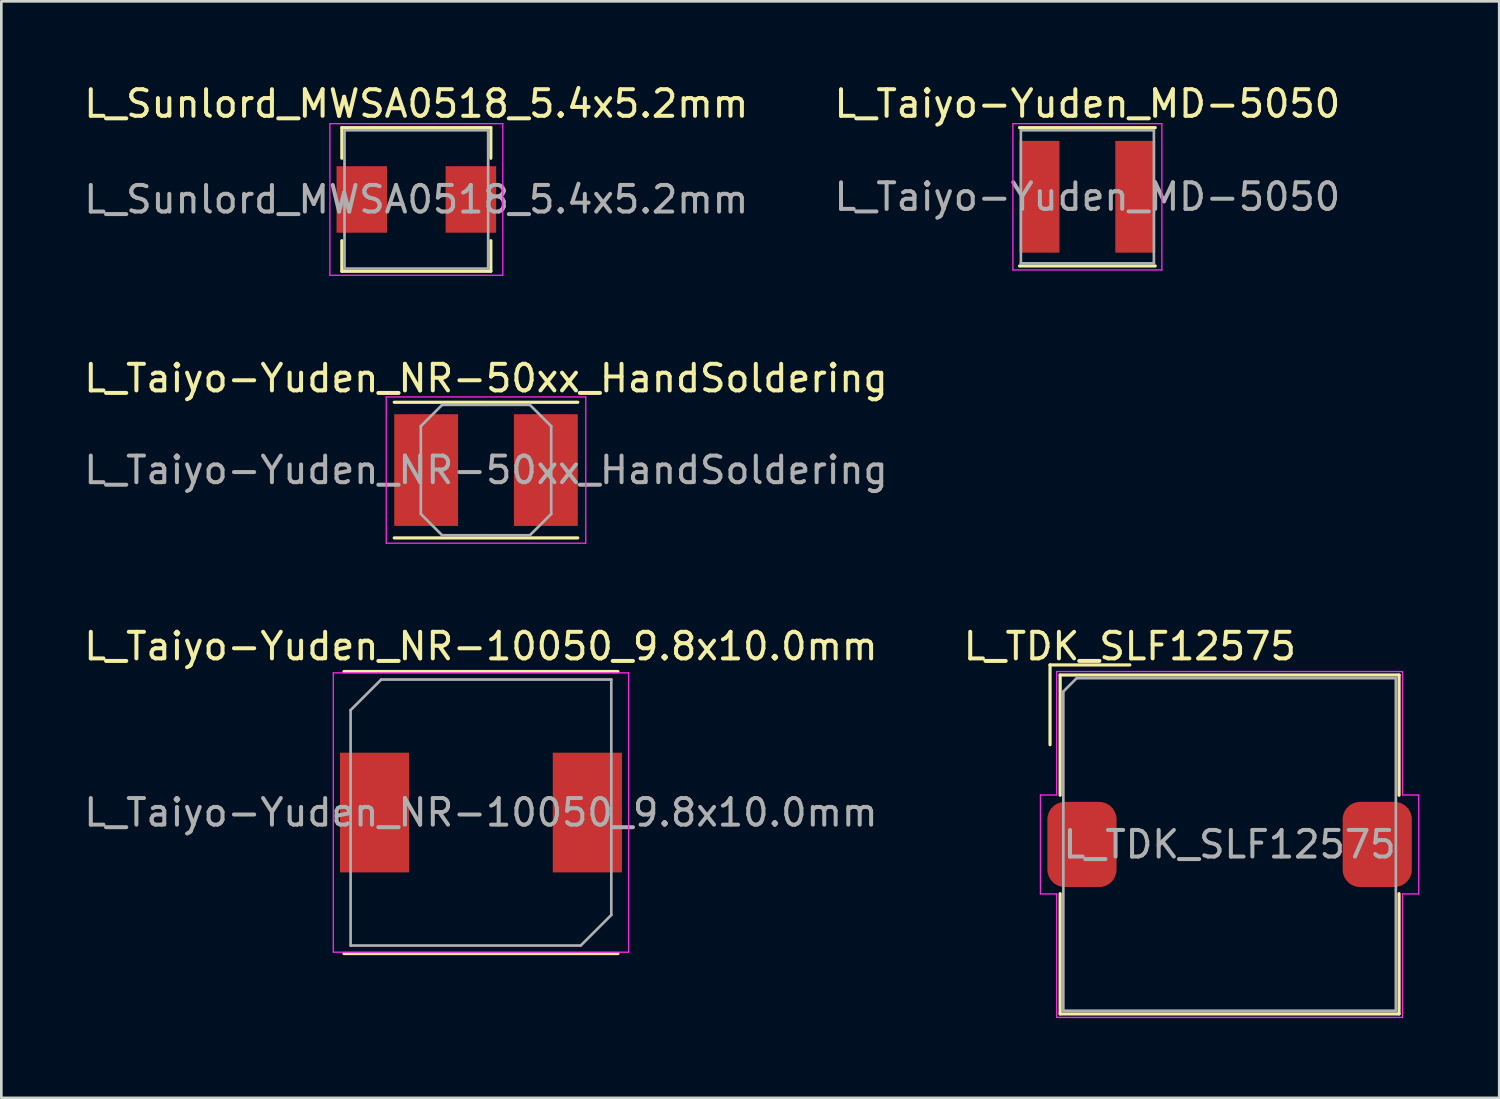
<source format=kicad_pcb>
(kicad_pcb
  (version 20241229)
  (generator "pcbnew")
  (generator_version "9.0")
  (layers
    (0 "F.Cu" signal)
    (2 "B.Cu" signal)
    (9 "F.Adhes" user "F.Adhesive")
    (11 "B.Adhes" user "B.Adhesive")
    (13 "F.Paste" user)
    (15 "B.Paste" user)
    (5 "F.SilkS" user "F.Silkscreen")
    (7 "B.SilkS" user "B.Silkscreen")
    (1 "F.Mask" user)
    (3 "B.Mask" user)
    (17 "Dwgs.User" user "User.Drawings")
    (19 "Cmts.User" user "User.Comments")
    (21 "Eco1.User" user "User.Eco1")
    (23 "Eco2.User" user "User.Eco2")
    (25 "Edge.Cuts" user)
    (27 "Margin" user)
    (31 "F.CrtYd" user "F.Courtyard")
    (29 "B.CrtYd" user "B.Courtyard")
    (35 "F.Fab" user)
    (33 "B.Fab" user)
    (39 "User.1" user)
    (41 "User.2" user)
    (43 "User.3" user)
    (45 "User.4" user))
  (footprint "L_TDK_SLF12575"
    (layer "F.Cu")
    (at 43.173 28.695)
    (property "Reference" "L_TDK_SLF12575" (at -3.75 -7.45 0) (layer "F.SilkS") (effects (font (size 1 1) (thickness 0.15))))
    (attr smd)
    (fp_line (start -6.75 -6.75) (end -3.75 -6.75) (stroke (width 0.12) (type solid)) (layer "F.SilkS"))
    (fp_line (start -6.75 -3.75) (end -6.75 -6.75) (stroke (width 0.12) (type solid)) (layer "F.SilkS"))
    (fp_line (start -6.37 -6.37) (end -6.37 -1.85) (stroke (width 0.12) (type solid)) (layer "F.SilkS"))
    (fp_line (start -6.37 -6.37) (end 6.37 -6.37) (stroke (width 0.12) (type solid)) (layer "F.SilkS"))
    (fp_line (start -6.37 1.85) (end -6.37 6.37) (stroke (width 0.12) (type solid)) (layer "F.SilkS"))
    (fp_line (start -6.37 6.37) (end 6.37 6.37) (stroke (width 0.12) (type solid)) (layer "F.SilkS"))
    (fp_line (start 6.37 -6.37) (end 6.37 -1.85) (stroke (width 0.12) (type solid)) (layer "F.SilkS"))
    (fp_line (start 6.37 1.85) (end 6.37 6.37) (stroke (width 0.12) (type solid)) (layer "F.SilkS"))
    (fp_line (start -7.11 -1.86) (end -7.11 1.86) (stroke (width 0.05) (type solid)) (layer "F.CrtYd"))
    (fp_line (start -7.11 1.86) (end -6.5 1.86) (stroke (width 0.05) (type solid)) (layer "F.CrtYd"))
    (fp_line (start -6.5 -6.5) (end -6.5 -1.86) (stroke (width 0.05) (type solid)) (layer "F.CrtYd"))
    (fp_line (start -6.5 -6.5) (end 6.5 -6.5) (stroke (width 0.05) (type solid)) (layer "F.CrtYd"))
    (fp_line (start -6.5 -1.86) (end -7.11 -1.86) (stroke (width 0.05) (type solid)) (layer "F.CrtYd"))
    (fp_line (start -6.5 1.86) (end -6.5 6.5) (stroke (width 0.05) (type solid)) (layer "F.CrtYd"))
    (fp_line (start -6.5 6.5) (end 6.5 6.5) (stroke (width 0.05) (type solid)) (layer "F.CrtYd"))
    (fp_line (start 6.5 -6.5) (end 6.5 -1.86) (stroke (width 0.05) (type solid)) (layer "F.CrtYd"))
    (fp_line (start 6.5 -1.86) (end 7.11 -1.86) (stroke (width 0.05) (type solid)) (layer "F.CrtYd"))
    (fp_line (start 6.5 1.86) (end 6.5 6.5) (stroke (width 0.05) (type solid)) (layer "F.CrtYd"))
    (fp_line (start 7.11 -1.86) (end 7.11 1.86) (stroke (width 0.05) (type solid)) (layer "F.CrtYd"))
    (fp_line (start 7.11 1.86) (end 6.5 1.86) (stroke (width 0.05) (type solid)) (layer "F.CrtYd"))
    (fp_line (start -6.25 -5.75) (end -5.75 -6.25) (stroke (width 0.1) (type solid)) (layer "F.Fab"))
    (fp_line (start -6.25 6.25) (end -6.25 -5.75) (stroke (width 0.1) (type solid)) (layer "F.Fab"))
    (fp_line (start -5.75 -6.25) (end 6.25 -6.25) (stroke (width 0.1) (type solid)) (layer "F.Fab"))
    (fp_line (start 6.25 -6.25) (end 6.25 6.25) (stroke (width 0.1) (type solid)) (layer "F.Fab"))
    (fp_line (start 6.25 6.25) (end -6.25 6.25) (stroke (width 0.1) (type solid)) (layer "F.Fab"))
    (fp_text user "${REFERENCE}" (at 0 0 0) (layer "F.Fab") (effects (font (size 1 1) (thickness 0.15))))
    (pad "1" smd roundrect (at -5.55 0) (size 2.6 3.2) (layers "F.Cu" "F.Mask" "F.Paste") (roundrect_rratio 0.25))
    (pad "2" smd roundrect (at 5.55 0) (size 2.6 3.2) (layers "F.Cu" "F.Mask" "F.Paste") (roundrect_rratio 0.25)))
  (footprint "L_Sunlord_MWSA0518_5.4x5.2mm"
    (layer "F.Cu")
    (at 12.601 4.448)
    (property "Reference" "L_Sunlord_MWSA0518_5.4x5.2mm" (at 0 -3.6 0) (layer "F.SilkS") (effects (font (size 1 1) (thickness 0.15))))
    (attr smd)
    (fp_line (start -2.8 -2.7) (end -2.8 -1.55) (stroke (width 0.12) (type solid)) (layer "F.SilkS"))
    (fp_line (start -2.8 -2.7) (end 2.8 -2.7) (stroke (width 0.12) (type solid)) (layer "F.SilkS"))
    (fp_line (start -2.8 2.7) (end -2.8 1.55) (stroke (width 0.12) (type solid)) (layer "F.SilkS"))
    (fp_line (start -2.8 2.7) (end 2.8 2.7) (stroke (width 0.12) (type solid)) (layer "F.SilkS"))
    (fp_line (start 2.8 -2.7) (end 2.8 -1.55) (stroke (width 0.12) (type solid)) (layer "F.SilkS"))
    (fp_line (start 2.8 2.7) (end 2.8 1.55) (stroke (width 0.12) (type solid)) (layer "F.SilkS"))
    (fp_line (start -3.25 -2.85) (end 3.25 -2.85) (stroke (width 0.05) (type solid)) (layer "F.CrtYd"))
    (fp_line (start -3.25 2.85) (end -3.25 -2.85) (stroke (width 0.05) (type solid)) (layer "F.CrtYd"))
    (fp_line (start 3.25 -2.85) (end 3.25 2.85) (stroke (width 0.05) (type solid)) (layer "F.CrtYd"))
    (fp_line (start 3.25 2.85) (end -3.25 2.85) (stroke (width 0.05) (type solid)) (layer "F.CrtYd"))
    (fp_line (start -2.7 -2.6) (end 2.7 -2.6) (stroke (width 0.1) (type solid)) (layer "F.Fab"))
    (fp_line (start -2.7 2.6) (end -2.7 -2.6) (stroke (width 0.1) (type solid)) (layer "F.Fab"))
    (fp_line (start 2.7 -2.6) (end 2.7 2.6) (stroke (width 0.1) (type solid)) (layer "F.Fab"))
    (fp_line (start 2.7 2.6) (end -2.7 2.6) (stroke (width 0.1) (type solid)) (layer "F.Fab"))
    (fp_text user "${REFERENCE}" (at 0 0 0) (layer "F.Fab") (effects (font (size 1 1) (thickness 0.15))))
    (pad "1" smd rect (at -2.05 0) (size 1.9 2.5) (layers "F.Cu" "F.Mask" "F.Paste"))
    (pad "2" smd rect (at 2.05 0) (size 1.9 2.5) (layers "F.Cu" "F.Mask" "F.Paste")))
  (footprint "L_Taiyo-Yuden_NR-50xx_HandSoldering"
    (layer "F.Cu")
    (at 15.22 14.621)
    (property "Reference" "L_Taiyo-Yuden_NR-50xx_HandSoldering" (at 0 -3.45 0) (layer "F.SilkS") (effects (font (size 1 1) (thickness 0.15))))
    (attr smd)
    (fp_line (start -3.45 -2.55) (end 3.45 -2.55) (stroke (width 0.12) (type solid)) (layer "F.SilkS"))
    (fp_line (start -3.45 2.55) (end 3.45 2.55) (stroke (width 0.12) (type solid)) (layer "F.SilkS"))
    (fp_line (start -3.75 -2.75) (end -3.75 2.75) (stroke (width 0.05) (type solid)) (layer "F.CrtYd"))
    (fp_line (start -3.75 2.75) (end 3.75 2.75) (stroke (width 0.05) (type solid)) (layer "F.CrtYd"))
    (fp_line (start 3.75 -2.75) (end -3.75 -2.75) (stroke (width 0.05) (type solid)) (layer "F.CrtYd"))
    (fp_line (start 3.75 2.75) (end 3.75 -2.75) (stroke (width 0.05) (type solid)) (layer "F.CrtYd"))
    (fp_line (start -2.45 -1.65) (end -1.65 -2.45) (stroke (width 0.1) (type solid)) (layer "F.Fab"))
    (fp_line (start -2.45 0) (end -2.45 -1.65) (stroke (width 0.1) (type solid)) (layer "F.Fab"))
    (fp_line (start -2.45 0) (end -2.45 1.65) (stroke (width 0.1) (type solid)) (layer "F.Fab"))
    (fp_line (start -2.45 1.65) (end -1.65 2.45) (stroke (width 0.1) (type solid)) (layer "F.Fab"))
    (fp_line (start -1.65 -2.45) (end 0 -2.45) (stroke (width 0.1) (type solid)) (layer "F.Fab"))
    (fp_line (start -1.65 2.45) (end 0 2.45) (stroke (width 0.1) (type solid)) (layer "F.Fab"))
    (fp_line (start 1.65 -2.45) (end 0 -2.45) (stroke (width 0.1) (type solid)) (layer "F.Fab"))
    (fp_line (start 1.65 2.45) (end 0 2.45) (stroke (width 0.1) (type solid)) (layer "F.Fab"))
    (fp_line (start 2.45 -1.65) (end 1.65 -2.45) (stroke (width 0.1) (type solid)) (layer "F.Fab"))
    (fp_line (start 2.45 0) (end 2.45 -1.65) (stroke (width 0.1) (type solid)) (layer "F.Fab"))
    (fp_line (start 2.45 0) (end 2.45 1.65) (stroke (width 0.1) (type solid)) (layer "F.Fab"))
    (fp_line (start 2.45 1.65) (end 1.65 2.45) (stroke (width 0.1) (type solid)) (layer "F.Fab"))
    (fp_text user "${REFERENCE}" (at 0 0 0) (layer "F.Fab") (effects (font (size 1 1) (thickness 0.15))))
    (pad "1" smd rect (at -2.25 0) (size 2.4 4.2) (layers "F.Cu" "F.Mask" "F.Paste"))
    (pad "2" smd rect (at 2.25 0) (size 2.4 4.2) (layers "F.Cu" "F.Mask" "F.Paste")))
  (footprint "L_Taiyo-Yuden_NR-10050_9.8x10.0mm"
    (layer "F.Cu")
    (at 15.03 27.495)
    (property "Reference" "L_Taiyo-Yuden_NR-10050_9.8x10.0mm" (at 0 -6.25 0) (layer "F.SilkS") (effects (font (size 1 1) (thickness 0.15))))
    (attr smd)
    (fp_line (start -5.15 -5.3) (end 5.15 -5.3) (stroke (width 0.12) (type solid)) (layer "F.SilkS"))
    (fp_line (start -5.15 5.3) (end 5.15 5.3) (stroke (width 0.12) (type solid)) (layer "F.SilkS"))
    (fp_line (start -5.55 -5.25) (end -5.55 5.25) (stroke (width 0.05) (type solid)) (layer "F.CrtYd"))
    (fp_line (start -5.55 5.25) (end 5.55 5.25) (stroke (width 0.05) (type solid)) (layer "F.CrtYd"))
    (fp_line (start 5.55 -5.25) (end -5.55 -5.25) (stroke (width 0.05) (type solid)) (layer "F.CrtYd"))
    (fp_line (start 5.55 5.25) (end 5.55 -5.25) (stroke (width 0.05) (type solid)) (layer "F.CrtYd"))
    (fp_line (start -4.9 -3.85) (end -4.9 5) (stroke (width 0.1) (type solid)) (layer "F.Fab"))
    (fp_line (start -4.9 -3.85) (end -3.75 -5) (stroke (width 0.1) (type solid)) (layer "F.Fab"))
    (fp_line (start -4.9 5) (end 3.75 5) (stroke (width 0.1) (type solid)) (layer "F.Fab"))
    (fp_line (start 3.75 5) (end 4.9 3.85) (stroke (width 0.1) (type solid)) (layer "F.Fab"))
    (fp_line (start 4.9 -5) (end -3.75 -5) (stroke (width 0.1) (type solid)) (layer "F.Fab"))
    (fp_line (start 4.9 3.85) (end 4.9 -5) (stroke (width 0.1) (type solid)) (layer "F.Fab"))
    (fp_text user "${REFERENCE}" (at 0 0 0) (layer "F.Fab") (effects (font (size 1 1) (thickness 0.15))))
    (pad "1" smd rect (at -4 0) (size 2.6 4.5) (layers "F.Cu" "F.Mask" "F.Paste"))
    (pad "2" smd rect (at 4 0) (size 2.6 4.5) (layers "F.Cu" "F.Mask" "F.Paste")))
  (footprint "L_Taiyo-Yuden_MD-5050"
    (layer "F.Cu")
    (at 37.827 4.348)
    (property "Reference" "L_Taiyo-Yuden_MD-5050" (at 0 -3.5 0) (layer "F.SilkS") (effects (font (size 1 1) (thickness 0.15))))
    (attr smd)
    (fp_line (start -2.55 -2.6) (end 2.55 -2.6) (stroke (width 0.12) (type solid)) (layer "F.SilkS"))
    (fp_line (start -2.55 2.6) (end 2.55 2.6) (stroke (width 0.12) (type solid)) (layer "F.SilkS"))
    (fp_line (start -2.8 -2.75) (end -2.8 2.75) (stroke (width 0.05) (type solid)) (layer "F.CrtYd"))
    (fp_line (start -2.8 2.75) (end 2.8 2.75) (stroke (width 0.05) (type solid)) (layer "F.CrtYd"))
    (fp_line (start 2.8 -2.75) (end -2.8 -2.75) (stroke (width 0.05) (type solid)) (layer "F.CrtYd"))
    (fp_line (start 2.8 2.75) (end 2.8 -2.75) (stroke (width 0.05) (type solid)) (layer "F.CrtYd"))
    (fp_line (start -2.5 -2.5) (end -2.5 2.5) (stroke (width 0.1) (type solid)) (layer "F.Fab"))
    (fp_line (start -2.5 2.5) (end 2.5 2.5) (stroke (width 0.1) (type solid)) (layer "F.Fab"))
    (fp_line (start 2.5 -2.5) (end -2.5 -2.5) (stroke (width 0.1) (type solid)) (layer "F.Fab"))
    (fp_line (start 2.5 2.5) (end 2.5 -2.5) (stroke (width 0.1) (type solid)) (layer "F.Fab"))
    (fp_text user "${REFERENCE}" (at 0 0 0) (layer "F.Fab") (effects (font (size 1 1) (thickness 0.15))))
    (pad "1" smd rect (at -1.8 0) (size 1.5 4.2) (layers "F.Cu" "F.Mask" "F.Paste"))
    (pad "2" smd rect (at 1.8 0) (size 1.5 4.2) (layers "F.Cu" "F.Mask" "F.Paste")))
  (gr_rect
    (start -3 -3)
    (end 53.308 38.22)
    (stroke (width 0.1) (type default))
    (fill no)
    (layer "Edge.Cuts")))
</source>
